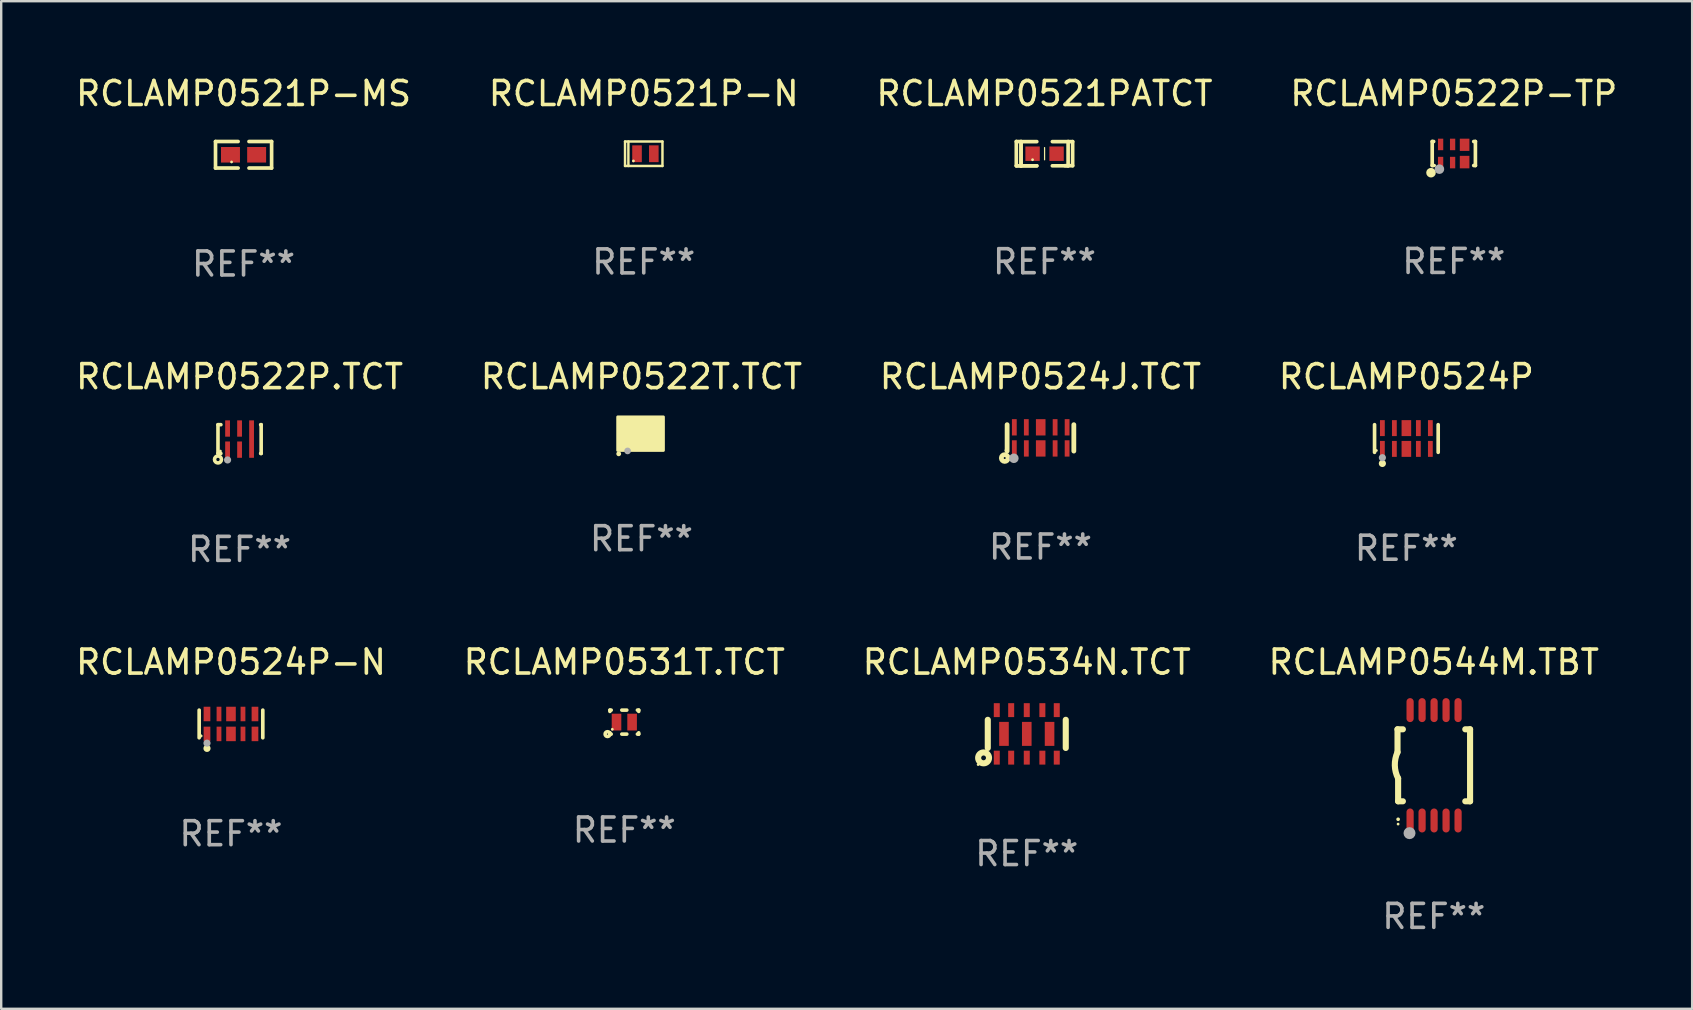
<source format=kicad_pcb>
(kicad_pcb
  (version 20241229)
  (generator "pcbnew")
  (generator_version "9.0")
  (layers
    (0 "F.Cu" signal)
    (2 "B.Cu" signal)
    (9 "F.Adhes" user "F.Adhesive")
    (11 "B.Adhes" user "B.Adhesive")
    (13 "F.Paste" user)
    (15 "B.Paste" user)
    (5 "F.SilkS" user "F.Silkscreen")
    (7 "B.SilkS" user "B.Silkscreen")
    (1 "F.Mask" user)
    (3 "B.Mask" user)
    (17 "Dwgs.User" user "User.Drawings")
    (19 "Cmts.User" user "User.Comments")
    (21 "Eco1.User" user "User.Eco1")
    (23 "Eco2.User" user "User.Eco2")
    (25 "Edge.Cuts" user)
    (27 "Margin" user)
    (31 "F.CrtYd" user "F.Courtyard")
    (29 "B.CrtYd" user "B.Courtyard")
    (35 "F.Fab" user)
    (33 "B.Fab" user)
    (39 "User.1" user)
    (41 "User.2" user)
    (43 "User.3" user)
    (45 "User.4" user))
  (footprint "RCLAMP0524J.TCT"
    (layer "F.Cu")
    (at 40.315 15.2)
    (property "Reference" "RCLAMP0524J.TCT" (at 0 -2.55 0) (layer "F.SilkS") (effects (font (size 1 1) (thickness 0.15))))
    (attr through_hole)
    (fp_line (start -1.39 -0.55) (end -1.39 0.55) (stroke (width 0.2) (type solid)) (layer "F.SilkS"))
    (fp_line (start 1.39 -0.55) (end 1.39 0.55) (stroke (width 0.2) (type solid)) (layer "F.SilkS"))
    (fp_circle (center -1.49 0.84) (end -1.449 0.84) (stroke (width 0.2) (type solid)) (fill no) (layer "F.SilkS"))
    (fp_circle (center -1.44 0.52) (end -1.41 0.52) (stroke (width 0.06) (type solid)) (fill no) (layer "F.SilkS"))
    (fp_circle (center -1.11 0.85) (end -1.01 0.85) (stroke (width 0.2) (type solid)) (fill no) (layer "F.Fab"))
    (fp_text user "REF**" (at 0 4.55 0) (layer "F.Fab") (effects (font (size 1 1) (thickness 0.15))))
    (pad "1" smd rect (at -1.09 0.44) (size 0.2 0.68) (layers "F.Cu" "F.Mask" "F.Paste"))
    (pad "2" smd rect (at -0.59 0.44) (size 0.2 0.68) (layers "F.Cu" "F.Mask" "F.Paste"))
    (pad "3" smd rect (at 0.01 0.44) (size 0.4 0.68) (layers "F.Cu" "F.Mask" "F.Paste"))
    (pad "4" smd rect (at 0.61 0.44) (size 0.2 0.68) (layers "F.Cu" "F.Mask" "F.Paste"))
    (pad "5" smd rect (at 1.11 0.44) (size 0.2 0.68) (layers "F.Cu" "F.Mask" "F.Paste"))
    (pad "6" smd rect (at 1.11 -0.44) (size 0.2 0.68) (layers "F.Cu" "F.Mask" "F.Paste"))
    (pad "7" smd rect (at 0.61 -0.44) (size 0.2 0.68) (layers "F.Cu" "F.Mask" "F.Paste"))
    (pad "8" smd rect (at 0.01 -0.44) (size 0.4 0.68) (layers "F.Cu" "F.Mask" "F.Paste"))
    (pad "9" smd rect (at -0.59 -0.44) (size 0.2 0.68) (layers "F.Cu" "F.Mask" "F.Paste"))
    (pad "10" smd rect (at -1.09 -0.44) (size 0.2 0.68) (layers "F.Cu" "F.Mask" "F.Paste")))
  (footprint "RCLAMP0544M.TBT"
    (layer "F.Cu")
    (at 56.708 28.846)
    (property "Reference" "RCLAMP0544M.TBT" (at 0 -4.3 0) (layer "F.SilkS") (effects (font (size 1 1) (thickness 0.15))))
    (attr through_hole)
    (fp_line (start -1.512 -1.5) (end -1.512 -0.546) (stroke (width 0.254) (type solid)) (layer "F.SilkS"))
    (fp_line (start -1.487 0.546) (end -1.487 1.5) (stroke (width 0.254) (type solid)) (layer "F.SilkS"))
    (fp_line (start -1.288 -1.5) (end -1.512 -1.5) (stroke (width 0.254) (type solid)) (layer "F.SilkS"))
    (fp_line (start -1.288 1.5) (end -1.487 1.5) (stroke (width 0.254) (type solid)) (layer "F.SilkS"))
    (fp_line (start 1.512 -1.5) (end 1.312 -1.5) (stroke (width 0.254) (type solid)) (layer "F.SilkS"))
    (fp_line (start 1.512 -1.5) (end 1.512 1.5) (stroke (width 0.254) (type solid)) (layer "F.SilkS"))
    (fp_line (start 1.512 1.5) (end 1.312 1.5) (stroke (width 0.254) (type solid)) (layer "F.SilkS"))
    (fp_arc (start -1.487998 2.250013) (mid -1.486728 2.250007) (end -1.485458 2.250013) (stroke (width 0.150013) (type solid)) (layer "F.SilkS"))
    (fp_arc (start -1.486602 0.546102) (mid -1.624196 0.002905) (end -1.512002 -0.546101) (stroke (width 0.254001) (type solid)) (layer "F.SilkS"))
    (fp_circle (center -1.488 2.45) (end -1.458 2.45) (stroke (width 0.06) (type solid)) (fill no) (layer "F.SilkS"))
    (fp_circle (center -1.012 2.828) (end -0.887 2.828) (stroke (width 0.25) (type solid)) (fill no) (layer "F.Fab"))
    (fp_text user "REF**" (at 0 6.3 0) (layer "F.Fab") (effects (font (size 1 1) (thickness 0.15))))
    (pad "1" smd oval (at -0.988 2.3) (size 0.3 1) (layers "F.Cu" "F.Mask" "F.Paste"))
    (pad "2" smd oval (at -0.488 2.3) (size 0.3 1) (layers "F.Cu" "F.Mask" "F.Paste"))
    (pad "3" smd oval (at 0.012 2.3) (size 0.3 1) (layers "F.Cu" "F.Mask" "F.Paste"))
    (pad "4" smd oval (at 0.512 2.3) (size 0.3 1) (layers "F.Cu" "F.Mask" "F.Paste"))
    (pad "5" smd oval (at 1.012 2.3) (size 0.3 1) (layers "F.Cu" "F.Mask" "F.Paste"))
    (pad "6" smd oval (at 1.012 -2.3) (size 0.3 1) (layers "F.Cu" "F.Mask" "F.Paste"))
    (pad "7" smd oval (at 0.512 -2.3) (size 0.3 1) (layers "F.Cu" "F.Mask" "F.Paste"))
    (pad "8" smd oval (at 0.012 -2.3) (size 0.3 1) (layers "F.Cu" "F.Mask" "F.Paste"))
    (pad "9" smd oval (at -0.488 -2.3) (size 0.3 1) (layers "F.Cu" "F.Mask" "F.Paste"))
    (pad "10" smd oval (at -0.988 -2.3) (size 0.3 1) (layers "F.Cu" "F.Mask" "F.Paste")))
  (footprint "RCLAMP0531T.TCT"
    (layer "F.Cu")
    (at 22.97 27.046)
    (property "Reference" "RCLAMP0531T.TCT" (at 0 -2.5 0) (layer "F.SilkS") (effects (font (size 1 1) (thickness 0.15))))
    (attr through_hole)
    (fp_line (start -0.6 -0.5) (end -0.546 -0.5) (stroke (width 0.15) (type solid)) (layer "F.SilkS"))
    (fp_line (start -0.6 -0.446) (end -0.6 -0.5) (stroke (width 0.15) (type solid)) (layer "F.SilkS"))
    (fp_line (start -0.6 0.5) (end -0.6 0.446) (stroke (width 0.15) (type solid)) (layer "F.SilkS"))
    (fp_line (start -0.546 0.5) (end -0.6 0.5) (stroke (width 0.15) (type solid)) (layer "F.SilkS"))
    (fp_line (start -0.104 -0.5) (end 0.104 -0.5) (stroke (width 0.15) (type solid)) (layer "F.SilkS"))
    (fp_line (start 0.104 0.5) (end -0.104 0.5) (stroke (width 0.15) (type solid)) (layer "F.SilkS"))
    (fp_line (start 0.546 -0.5) (end 0.6 -0.5) (stroke (width 0.15) (type solid)) (layer "F.SilkS"))
    (fp_line (start 0.6 -0.5) (end 0.6 -0.446) (stroke (width 0.15) (type solid)) (layer "F.SilkS"))
    (fp_line (start 0.6 0.446) (end 0.6 0.5) (stroke (width 0.15) (type solid)) (layer "F.SilkS"))
    (fp_line (start 0.6 0.5) (end 0.546 0.5) (stroke (width 0.15) (type solid)) (layer "F.SilkS"))
    (fp_circle (center -0.7 0.5) (end -0.675 0.5) (stroke (width 0.15) (type solid)) (fill no) (layer "F.SilkS"))
    (fp_circle (center -0.5 0.3) (end -0.47 0.3) (stroke (width 0.06) (type solid)) (fill no) (layer "F.SilkS"))
    (fp_text user "REF**" (at 0 4.5 0) (layer "F.Fab") (effects (font (size 1 1) (thickness 0.15))))
    (pad "1" smd rect (at -0.325 0) (size 0.4 0.7) (layers "F.Cu" "F.Mask" "F.Paste"))
    (pad "2" smd rect (at 0.325 0) (size 0.4 0.7) (layers "F.Cu" "F.Mask" "F.Paste")))
  (footprint "RCLAMP0521PATCT"
    (layer "F.Cu")
    (at 40.482 3.354)
    (property "Reference" "RCLAMP0521PATCT" (at 0 -2.506 0) (layer "F.SilkS") (effects (font (size 1 1) (thickness 0.15))))
    (attr through_hole)
    (fp_line (start -1.174 -0.506) (end -0.977 -0.502) (stroke (width 0.152) (type solid)) (layer "F.SilkS"))
    (fp_line (start -1.174 0.506) (end -1.174 -0.506) (stroke (width 0.152) (type solid)) (layer "F.SilkS"))
    (fp_line (start -0.977 -0.502) (end -0.977 0.506) (stroke (width 0.152) (type solid)) (layer "F.SilkS"))
    (fp_line (start -0.977 -0.502) (end -0.977 0.506) (stroke (width 0.152) (type solid)) (layer "F.SilkS"))
    (fp_line (start -0.977 0.506) (end -1.166 0.506) (stroke (width 0.152) (type solid)) (layer "F.SilkS"))
    (fp_line (start -0.977 0.506) (end -0.32 0.506) (stroke (width 0.152) (type solid)) (layer "F.SilkS"))
    (fp_line (start -0.977 0.506) (end -0.32 0.506) (stroke (width 0.152) (type solid)) (layer "F.SilkS"))
    (fp_line (start -0.971 0.506) (end -1.174 0.506) (stroke (width 0.152) (type solid)) (layer "F.SilkS"))
    (fp_line (start -0.32 -0.502) (end -0.977 -0.502) (stroke (width 0.152) (type solid)) (layer "F.SilkS"))
    (fp_line (start 0.004 -0.252) (end 0.004 0.256) (stroke (width 0.051) (type solid)) (layer "F.SilkS"))
    (fp_line (start 0.328 0.506) (end 0.985 0.506) (stroke (width 0.152) (type solid)) (layer "F.SilkS"))
    (fp_line (start 0.985 -0.502) (end 0.328 -0.502) (stroke (width 0.152) (type solid)) (layer "F.SilkS"))
    (fp_line (start 0.985 -0.502) (end 1.174 -0.502) (stroke (width 0.152) (type solid)) (layer "F.SilkS"))
    (fp_line (start 0.985 0.506) (end 0.985 -0.502) (stroke (width 0.152) (type solid)) (layer "F.SilkS"))
    (fp_line (start 1.174 -0.502) (end 1.174 0.502) (stroke (width 0.152) (type solid)) (layer "F.SilkS"))
    (fp_line (start 1.174 0.502) (end 0.851 0.502) (stroke (width 0.152) (type solid)) (layer "F.SilkS"))
    (fp_circle (center -0.497 0.253) (end -0.467 0.253) (stroke (width 0.06) (type solid)) (fill no) (layer "F.SilkS"))
    (fp_text user "REF**" (at 0 4.506 0) (layer "F.Fab") (effects (font (size 1 1) (thickness 0.15))))
    (pad "1" smd rect (at -0.496 0.002) (size 0.6 0.6) (layers "F.Cu" "F.Mask" "F.Paste"))
    (pad "2" smd rect (at 0.504 0.002) (size 0.6 0.6) (layers "F.Cu" "F.Mask" "F.Paste")))
  (footprint "RCLAMP0522P.TCT"
    (layer "F.Cu")
    (at 6.935 15.25)
    (property "Reference" "RCLAMP0522P.TCT" (at 0 -2.6 0) (layer "F.SilkS") (effects (font (size 1 1) (thickness 0.15))))
    (attr through_hole)
    (fp_line (start -0.9 -0.6) (end -0.9 0.6) (stroke (width 0.15) (type solid)) (layer "F.SilkS"))
    (fp_line (start -0.9 -0.6) (end -0.779 -0.6) (stroke (width 0.15) (type solid)) (layer "F.SilkS"))
    (fp_line (start -0.9 0.6) (end -0.779 0.6) (stroke (width 0.15) (type solid)) (layer "F.SilkS"))
    (fp_line (start 0.879 -0.6) (end 0.9 -0.6) (stroke (width 0.15) (type solid)) (layer "F.SilkS"))
    (fp_line (start 0.879 0.6) (end 0.9 0.6) (stroke (width 0.15) (type solid)) (layer "F.SilkS"))
    (fp_line (start 0.9 -0.6) (end 0.9 0.6) (stroke (width 0.15) (type solid)) (layer "F.SilkS"))
    (fp_circle (center -0.9 0.85) (end -0.83 0.85) (stroke (width 0.15) (type solid)) (fill no) (layer "F.SilkS"))
    (fp_circle (center -0.8 0.5) (end -0.77 0.5) (stroke (width 0.06) (type solid)) (fill no) (layer "F.SilkS"))
    (fp_circle (center -0.5 0.87) (end -0.425 0.87) (stroke (width 0.15) (type solid)) (fill no) (layer "F.Fab"))
    (fp_text user "REF**" (at 0 4.6 0) (layer "F.Fab") (effects (font (size 1 1) (thickness 0.15))))
    (pad "1" smd rect (at -0.5 0.44) (size 0.2 0.68) (layers "F.Cu" "F.Mask" "F.Paste"))
    (pad "2" smd rect (at 0 0.44) (size 0.2 0.68) (layers "F.Cu" "F.Mask" "F.Paste"))
    (pad "4" smd rect (at 0.5 0.000064) (size 0.2 1.56) (layers "F.Cu" "F.Mask" "F.Paste"))
    (pad "5" smd rect (at 0 -0.44) (size 0.2 0.68) (layers "F.Cu" "F.Mask" "F.Paste"))
    (pad "6" smd rect (at -0.5 -0.44) (size 0.2 0.68) (layers "F.Cu" "F.Mask" "F.Paste")))
  (footprint "RCLAMP0522T.TCT"
    (layer "F.Cu")
    (at 23.685 15.027)
    (property "Reference" "RCLAMP0522T.TCT" (at 0 -2.377 0) (layer "F.SilkS") (effects (font (size 1 1) (thickness 0.15))))
    (attr through_hole)
    (fp_circle (center -0.948 0.837) (end -0.897 0.837) (stroke (width 0.1) (type solid)) (fill no) (layer "F.SilkS"))
    (fp_circle (center -0.875 0.548) (end -0.845 0.548) (stroke (width 0.06) (type solid)) (fill no) (layer "F.SilkS"))
    (fp_poly (pts (xy -0.99 -0.701) (xy 0.915 -0.701) (xy 0.915 0.696) (xy -0.99 0.696)) (stroke (width 0.12) (type solid)) (fill yes) (layer "F.SilkS"))
    (fp_circle (center -0.578 0.717) (end -0.508 0.717) (stroke (width 0.14) (type solid)) (fill no) (layer "F.Fab"))
    (fp_text user "REF**" (at 0 4.377 0) (layer "F.Fab") (effects (font (size 1 1) (thickness 0.15))))
    (pad "1" smd rect (at -0.538 0.373) (size 0.2 0.5) (layers "F.Cu" "F.Mask" "F.Paste"))
    (pad "2" smd rect (at -0.038 0.373) (size 0.2 0.5) (layers "F.Cu" "F.Mask" "F.Paste"))
    (pad "3" smd rect (at 0.538 0.377) (size 0.5 0.5) (layers "F.Cu" "F.Mask" "F.Paste"))
    (pad "4" smd rect (at 0.538 -0.377) (size 0.5 0.5) (layers "F.Cu" "F.Mask" "F.Paste"))
    (pad "5" smd rect (at -0.038 -0.377) (size 0.2 0.5) (layers "F.Cu" "F.Mask" "F.Paste"))
    (pad "6" smd rect (at -0.538 -0.377) (size 0.2 0.5) (layers "F.Cu" "F.Mask" "F.Paste")))
  (footprint "RCLAMP0522P-TP"
    (layer "F.Cu")
    (at 57.542 3.348)
    (property "Reference" "RCLAMP0522P-TP" (at 0 -2.5 0) (layer "F.SilkS") (effects (font (size 1 1) (thickness 0.15))))
    (attr through_hole)
    (fp_line (start -0.9 -0.5) (end -0.9 0.5) (stroke (width 0.152) (type solid)) (layer "F.SilkS"))
    (fp_line (start -0.9 -0.5) (end -0.84 -0.5) (stroke (width 0.152) (type solid)) (layer "F.SilkS"))
    (fp_line (start -0.84 0.5) (end -0.9 0.5) (stroke (width 0.152) (type solid)) (layer "F.SilkS"))
    (fp_line (start 0.83 -0.5) (end 0.9 -0.5) (stroke (width 0.152) (type solid)) (layer "F.SilkS"))
    (fp_line (start 0.9 -0.5) (end 0.9 0.5) (stroke (width 0.152) (type solid)) (layer "F.SilkS"))
    (fp_line (start 0.9 0.5) (end 0.83 0.5) (stroke (width 0.152) (type solid)) (layer "F.SilkS"))
    (fp_circle (center -0.95 0.8) (end -0.85 0.8) (stroke (width 0.2) (type solid)) (fill no) (layer "F.SilkS"))
    (fp_circle (center -0.8 0.5) (end -0.77 0.5) (stroke (width 0.06) (type solid)) (fill no) (layer "F.SilkS"))
    (fp_circle (center -0.6 0.652) (end -0.5 0.652) (stroke (width 0.2) (type solid)) (fill no) (layer "F.Fab"))
    (fp_text user "REF**" (at 0 4.5 0) (layer "F.Fab") (effects (font (size 1 1) (thickness 0.15))))
    (pad "1" smd rect (at -0.55 0.378 90) (size 0.48 0.22) (layers "F.Cu" "F.Mask" "F.Paste"))
    (pad "2" smd rect (at -0.05 0.378 90) (size 0.48 0.22) (layers "F.Cu" "F.Mask" "F.Paste"))
    (pad "3" smd rect (at 0.45 0.358 180) (size 0.4 0.521) (layers "F.Cu" "F.Mask" "F.Paste"))
    (pad "4" smd rect (at 0.45 -0.363 180) (size 0.4 0.51) (layers "F.Cu" "F.Mask" "F.Paste"))
    (pad "5" smd rect (at -0.05 -0.378 90) (size 0.48 0.22) (layers "F.Cu" "F.Mask" "F.Paste"))
    (pad "6" smd rect (at -0.55 -0.378 90) (size 0.48 0.22) (layers "F.Cu" "F.Mask" "F.Paste")))
  (footprint "RCLAMP0534N.TCT"
    (layer "F.Cu")
    (at 39.744 27.537)
    (property "Reference" "RCLAMP0534N.TCT" (at 0 -2.99 0) (layer "F.SilkS") (effects (font (size 1 1) (thickness 0.15))))
    (attr through_hole)
    (fp_line (start -1.625 -0.587) (end -1.625 0.587) (stroke (width 0.254) (type solid)) (layer "F.SilkS"))
    (fp_line (start 1.625 -0.587) (end 1.625 0.587) (stroke (width 0.254) (type solid)) (layer "F.SilkS"))
    (fp_circle (center -2.027 1.28) (end -1.997 1.28) (stroke (width 0.06) (type solid)) (fill no) (layer "F.SilkS"))
    (fp_circle (center -1.8 1) (end -1.7 1) (stroke (width 0.254) (type solid)) (fill no) (layer "F.SilkS"))
    (fp_text user "REF**" (at 0 4.99 0) (layer "F.Fab") (effects (font (size 1 1) (thickness 0.15))))
    (pad "1" smd rect (at -1.25 0.99) (size 0.25 0.58) (layers "F.Cu" "F.Mask" "F.Paste"))
    (pad "2" smd rect (at -0.65 0.99) (size 0.25 0.58) (layers "F.Cu" "F.Mask" "F.Paste"))
    (pad "3" smd rect (at 0 0.99) (size 0.25 0.58) (layers "F.Cu" "F.Mask" "F.Paste"))
    (pad "4" smd rect (at 0.65 0.99) (size 0.25 0.58) (layers "F.Cu" "F.Mask" "F.Paste"))
    (pad "5" smd rect (at 1.25 0.99) (size 0.25 0.58) (layers "F.Cu" "F.Mask" "F.Paste"))
    (pad "6" smd rect (at 1.25 -0.99) (size 0.25 0.58) (layers "F.Cu" "F.Mask" "F.Paste"))
    (pad "7" smd rect (at 0.65 -0.99) (size 0.25 0.58) (layers "F.Cu" "F.Mask" "F.Paste"))
    (pad "8" smd rect (at 0 -0.99) (size 0.25 0.58) (layers "F.Cu" "F.Mask" "F.Paste"))
    (pad "9" smd rect (at -0.65 -0.99) (size 0.25 0.58) (layers "F.Cu" "F.Mask" "F.Paste"))
    (pad "10" smd rect (at -1.25 -0.99) (size 0.25 0.58) (layers "F.Cu" "F.Mask" "F.Paste"))
    (pad "11" smd rect (at -0.95 0) (size 0.4 1) (layers "F.Cu" "F.Mask" "F.Paste"))
    (pad "12" smd rect (at 0 0) (size 0.4 1) (layers "F.Cu" "F.Mask" "F.Paste"))
    (pad "13" smd rect (at 0.95 0) (size 0.4 1) (layers "F.Cu" "F.Mask" "F.Paste")))
  (footprint "RCLAMP0521P-N"
    (layer "F.Cu")
    (at 23.78 3.358)
    (property "Reference" "RCLAMP0521P-N" (at 0 -2.51 0) (layer "F.SilkS") (effects (font (size 1 1) (thickness 0.15))))
    (attr through_hole)
    (fp_line (start -0.78 -0.51) (end -0.78 0.51) (stroke (width 0.102) (type solid)) (layer "F.SilkS"))
    (fp_line (start -0.78 -0.51) (end 0.78 -0.51) (stroke (width 0.102) (type solid)) (layer "F.SilkS"))
    (fp_line (start -0.78 0.51) (end 0.78 0.51) (stroke (width 0.102) (type solid)) (layer "F.SilkS"))
    (fp_line (start -0.64 -0.51) (end -0.64 0.51) (stroke (width 0.102) (type solid)) (layer "F.SilkS"))
    (fp_line (start 0.78 -0.51) (end 0.78 0.51) (stroke (width 0.102) (type solid)) (layer "F.SilkS"))
    (fp_circle (center -0.43 0.3) (end -0.4 0.3) (stroke (width 0.06) (type solid)) (fill no) (layer "F.SilkS"))
    (fp_text user "REF**" (at 0 4.51 0) (layer "F.Fab") (effects (font (size 1 1) (thickness 0.15))))
    (pad "1" smd rect (at -0.28 0) (size 0.4 0.7) (layers "F.Cu" "F.Mask" "F.Paste"))
    (pad "2" smd rect (at 0.42 0) (size 0.4 0.7) (layers "F.Cu" "F.Mask" "F.Paste")))
  (footprint "RCLAMP0524P"
    (layer "F.Cu")
    (at 55.565 15.226)
    (property "Reference" "RCLAMP0524P" (at 0 -2.576 0) (layer "F.SilkS") (effects (font (size 1 1) (thickness 0.15))))
    (attr through_hole)
    (fp_line (start -1.326 0.576) (end -1.326 -0.576) (stroke (width 0.152) (type solid)) (layer "F.SilkS"))
    (fp_line (start 1.326 0.576) (end 1.326 -0.576) (stroke (width 0.152) (type solid)) (layer "F.SilkS"))
    (fp_circle (center -1.25 0.5) (end -1.22 0.5) (stroke (width 0.06) (type solid)) (fill no) (layer "F.SilkS"))
    (fp_circle (center -1 1.04) (end -0.925 1.04) (stroke (width 0.15) (type solid)) (fill no) (layer "F.SilkS"))
    (fp_circle (center -1 0.8) (end -0.925 0.8) (stroke (width 0.15) (type solid)) (fill no) (layer "F.Fab"))
    (fp_text user "REF**" (at 0 4.576 0) (layer "F.Fab") (effects (font (size 1 1) (thickness 0.15))))
    (pad "1" smd rect (at -1 0.433) (size 0.2 0.665) (layers "F.Cu" "F.Mask" "F.Paste"))
    (pad "2" smd rect (at -0.5 0.433) (size 0.2 0.665) (layers "F.Cu" "F.Mask" "F.Paste"))
    (pad "3" smd rect (at 0 0.433) (size 0.4 0.665) (layers "F.Cu" "F.Mask" "F.Paste"))
    (pad "4" smd rect (at 0.5 0.433) (size 0.2 0.665) (layers "F.Cu" "F.Mask" "F.Paste"))
    (pad "5" smd rect (at 1 0.433) (size 0.2 0.665) (layers "F.Cu" "F.Mask" "F.Paste"))
    (pad "6" smd rect (at 1 -0.433) (size 0.2 0.665) (layers "F.Cu" "F.Mask" "F.Paste"))
    (pad "7" smd rect (at 0.5 -0.433) (size 0.2 0.665) (layers "F.Cu" "F.Mask" "F.Paste"))
    (pad "8" smd rect (at 0 -0.433) (size 0.4 0.665) (layers "F.Cu" "F.Mask" "F.Paste"))
    (pad "9" smd rect (at -0.5 -0.433) (size 0.2 0.665) (layers "F.Cu" "F.Mask" "F.Paste"))
    (pad "10" smd rect (at -1 -0.433) (size 0.2 0.665) (layers "F.Cu" "F.Mask" "F.Paste")))
  (footprint "RCLAMP0521P-MS"
    (layer "F.Cu")
    (at 7.101 3.401)
    (property "Reference" "RCLAMP0521P-MS" (at 0 -2.553 0) (layer "F.SilkS") (effects (font (size 1 1) (thickness 0.15))))
    (attr through_hole)
    (fp_line (start -1.169 -0.553) (end -0.226 -0.553) (stroke (width 0.152) (type solid)) (layer "F.SilkS"))
    (fp_line (start -1.169 0.553) (end -1.169 -0.553) (stroke (width 0.152) (type solid)) (layer "F.SilkS"))
    (fp_line (start -0.226 0.553) (end -1.169 0.553) (stroke (width 0.152) (type solid)) (layer "F.SilkS"))
    (fp_line (start 0.226 0.553) (end 1.169 0.553) (stroke (width 0.152) (type solid)) (layer "F.SilkS"))
    (fp_line (start 1.169 -0.553) (end 0.226 -0.553) (stroke (width 0.152) (type solid)) (layer "F.SilkS"))
    (fp_line (start 1.169 0.553) (end 1.169 -0.553) (stroke (width 0.152) (type solid)) (layer "F.SilkS"))
    (fp_circle (center -0.5 0.3) (end -0.47 0.3) (stroke (width 0.06) (type solid)) (fill no) (layer "F.SilkS"))
    (fp_text user "REF**" (at 0 4.553 0) (layer "F.Fab") (effects (font (size 1 1) (thickness 0.15))))
    (pad "1" smd rect (at -0.545 0) (size 0.79 0.648) (layers "F.Cu" "F.Mask" "F.Paste"))
    (pad "2" smd rect (at 0.545 0) (size 0.79 0.648) (layers "F.Cu" "F.Mask" "F.Paste")))
  (footprint "RCLAMP0524P-N"
    (layer "F.Cu")
    (at 6.577 27.123)
    (property "Reference" "RCLAMP0524P-N" (at 0 -2.576 0) (layer "F.SilkS") (effects (font (size 1 1) (thickness 0.15))))
    (attr through_hole)
    (fp_line (start -1.326 0.576) (end -1.326 -0.576) (stroke (width 0.152) (type solid)) (layer "F.SilkS"))
    (fp_line (start 1.326 0.576) (end 1.326 -0.576) (stroke (width 0.152) (type solid)) (layer "F.SilkS"))
    (fp_circle (center -1.25 0.5) (end -1.22 0.5) (stroke (width 0.06) (type solid)) (fill no) (layer "F.SilkS"))
    (fp_circle (center -1.25 0.5) (end -1.22 0.5) (stroke (width 0.06) (type solid)) (fill no) (layer "F.SilkS"))
    (fp_circle (center -1 1.018) (end -0.925 1.018) (stroke (width 0.15) (type solid)) (fill no) (layer "F.SilkS"))
    (fp_circle (center -1 0.8) (end -0.925 0.8) (stroke (width 0.15) (type solid)) (fill no) (layer "F.Fab"))
    (fp_text user "REF**" (at 0 4.576 0) (layer "F.Fab") (effects (font (size 1 1) (thickness 0.15))))
    (pad "1" smd rect (at -1 0.415) (size 0.28 0.605) (layers "F.Cu" "F.Mask" "F.Paste"))
    (pad "2" smd rect (at -0.5 0.415) (size 0.2 0.605) (layers "F.Cu" "F.Mask" "F.Paste"))
    (pad "3" smd rect (at 0 0.415) (size 0.4 0.605) (layers "F.Cu" "F.Mask" "F.Paste"))
    (pad "4" smd rect (at 0.5 0.415) (size 0.2 0.605) (layers "F.Cu" "F.Mask" "F.Paste"))
    (pad "5" smd rect (at 1 0.415) (size 0.28 0.605) (layers "F.Cu" "F.Mask" "F.Paste"))
    (pad "6" smd rect (at 1 -0.415) (size 0.28 0.605) (layers "F.Cu" "F.Mask" "F.Paste"))
    (pad "7" smd rect (at 0.5 -0.415) (size 0.2 0.605) (layers "F.Cu" "F.Mask" "F.Paste"))
    (pad "8" smd rect (at 0 -0.415) (size 0.4 0.605) (layers "F.Cu" "F.Mask" "F.Paste"))
    (pad "9" smd rect (at -0.5 -0.415) (size 0.2 0.605) (layers "F.Cu" "F.Mask" "F.Paste"))
    (pad "10" smd rect (at -1 -0.415) (size 0.28 0.605) (layers "F.Cu" "F.Mask" "F.Paste")))
  (gr_rect
    (start -3 -3)
    (end 67.476 38.995)
    (stroke (width 0.1) (type default))
    (fill no)
    (layer "Edge.Cuts")))
</source>
